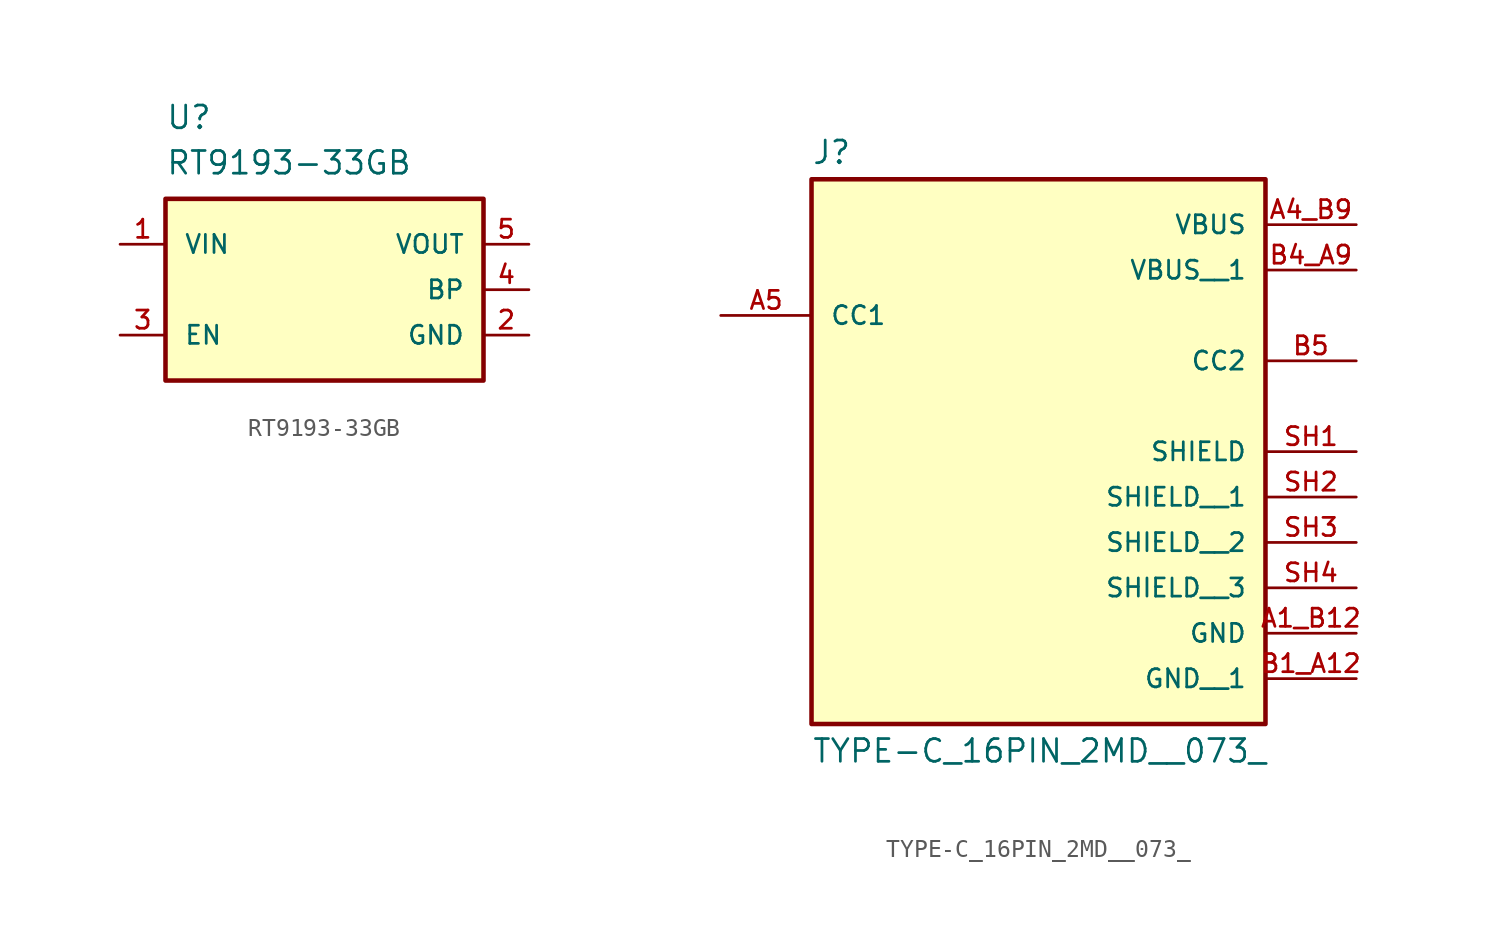
<source format=kicad_sym>
(kicad_symbol_lib
  (version 20241209)
  (generator "kicad_symbol_editor")
  (generator_version "9.0")
  (symbol "RT9193-33GB"
    (pin_names
      (offset 1.016))
    (property "Reference" "U"
      (at -8.89 8.89 0)
      (effects (font (size 1.27 1.27)) (justify left bottom)))
    (property "Value" "RT9193-33GB"
      (at -8.89 6.35 0)
      (effects (font (size 1.27 1.27)) (justify left bottom)))
    (symbol "RT9193-33GB_0_0"
      (rectangle (start -8.89 -5.08) (end 8.89 5.08) (stroke (width 0.254) (type default)) (fill (type background)))
      (pin bidirectional line (at -11.43 2.54 0) (length 2.54) (name "VIN" (effects (font (size 1.016 1.016)))) (number "1" (effects (font (size 1.016 1.016)))))
      (pin bidirectional line (at -11.43 -2.54 0) (length 2.54) (name "EN" (effects (font (size 1.016 1.016)))) (number "3" (effects (font (size 1.016 1.016)))))
      (pin bidirectional line (at 11.43 2.54 180) (length 2.54) (name "VOUT" (effects (font (size 1.016 1.016)))) (number "5" (effects (font (size 1.016 1.016)))))
      (pin bidirectional line (at 11.43 0 180) (length 2.54) (name "BP" (effects (font (size 1.016 1.016)))) (number "4" (effects (font (size 1.016 1.016)))))
      (pin bidirectional line (at 11.43 -2.54 180) (length 2.54) (name "GND" (effects (font (size 1.016 1.016)))) (number "2" (effects (font (size 1.016 1.016)))))))
  (symbol "TYPE-C_16PIN_2MD__073_"
    (pin_names
      (offset 1.016))
    (property "Reference" "J"
      (at -12.7 10.922 0)
      (effects (font (size 1.27 1.27)) (justify left bottom)))
    (property "Value" "TYPE-C_16PIN_2MD__073_"
      (at -12.7 -21.082 0)
      (effects (font (size 1.27 1.27)) (justify left top)))
    (symbol "TYPE-C_16PIN_2MD__073__0_0"
      (rectangle (start -12.7 -20.32) (end 12.7 10.16) (stroke (width 0.254) (type default)) (fill (type background)))
      (pin bidirectional line (at -17.78 2.54 0) (length 5.08) (name "CC1" (effects (font (size 1.016 1.016)))) (number "A5" (effects (font (size 1.016 1.016)))))
      (pin power_in line (at 17.78 7.62 180) (length 5.08) (name "VBUS" (effects (font (size 1.016 1.016)))) (number "A4_B9" (effects (font (size 1.016 1.016)))))
      (pin power_in line (at 17.78 5.08 180) (length 5.08) (name "VBUS__1" (effects (font (size 1.016 1.016)))) (number "B4_A9" (effects (font (size 1.016 1.016)))))
      (pin bidirectional line (at 17.78 0 180) (length 5.08) (name "CC2" (effects (font (size 1.016 1.016)))) (number "B5" (effects (font (size 1.016 1.016)))))
      (pin passive line (at 17.78 -5.08 180) (length 5.08) (name "SHIELD" (effects (font (size 1.016 1.016)))) (number "SH1" (effects (font (size 1.016 1.016)))))
      (pin passive line (at 17.78 -7.62 180) (length 5.08) (name "SHIELD__1" (effects (font (size 1.016 1.016)))) (number "SH2" (effects (font (size 1.016 1.016)))))
      (pin passive line (at 17.78 -10.16 180) (length 5.08) (name "SHIELD__2" (effects (font (size 1.016 1.016)))) (number "SH3" (effects (font (size 1.016 1.016)))))
      (pin passive line (at 17.78 -12.7 180) (length 5.08) (name "SHIELD__3" (effects (font (size 1.016 1.016)))) (number "SH4" (effects (font (size 1.016 1.016)))))
      (pin power_in line (at 17.78 -15.24 180) (length 5.08) (name "GND" (effects (font (size 1.016 1.016)))) (number "A1_B12" (effects (font (size 1.016 1.016)))))
      (pin power_in line (at 17.78 -17.78 180) (length 5.08) (name "GND__1" (effects (font (size 1.016 1.016)))) (number "B1_A12" (effects (font (size 1.016 1.016))))))))
</source>
